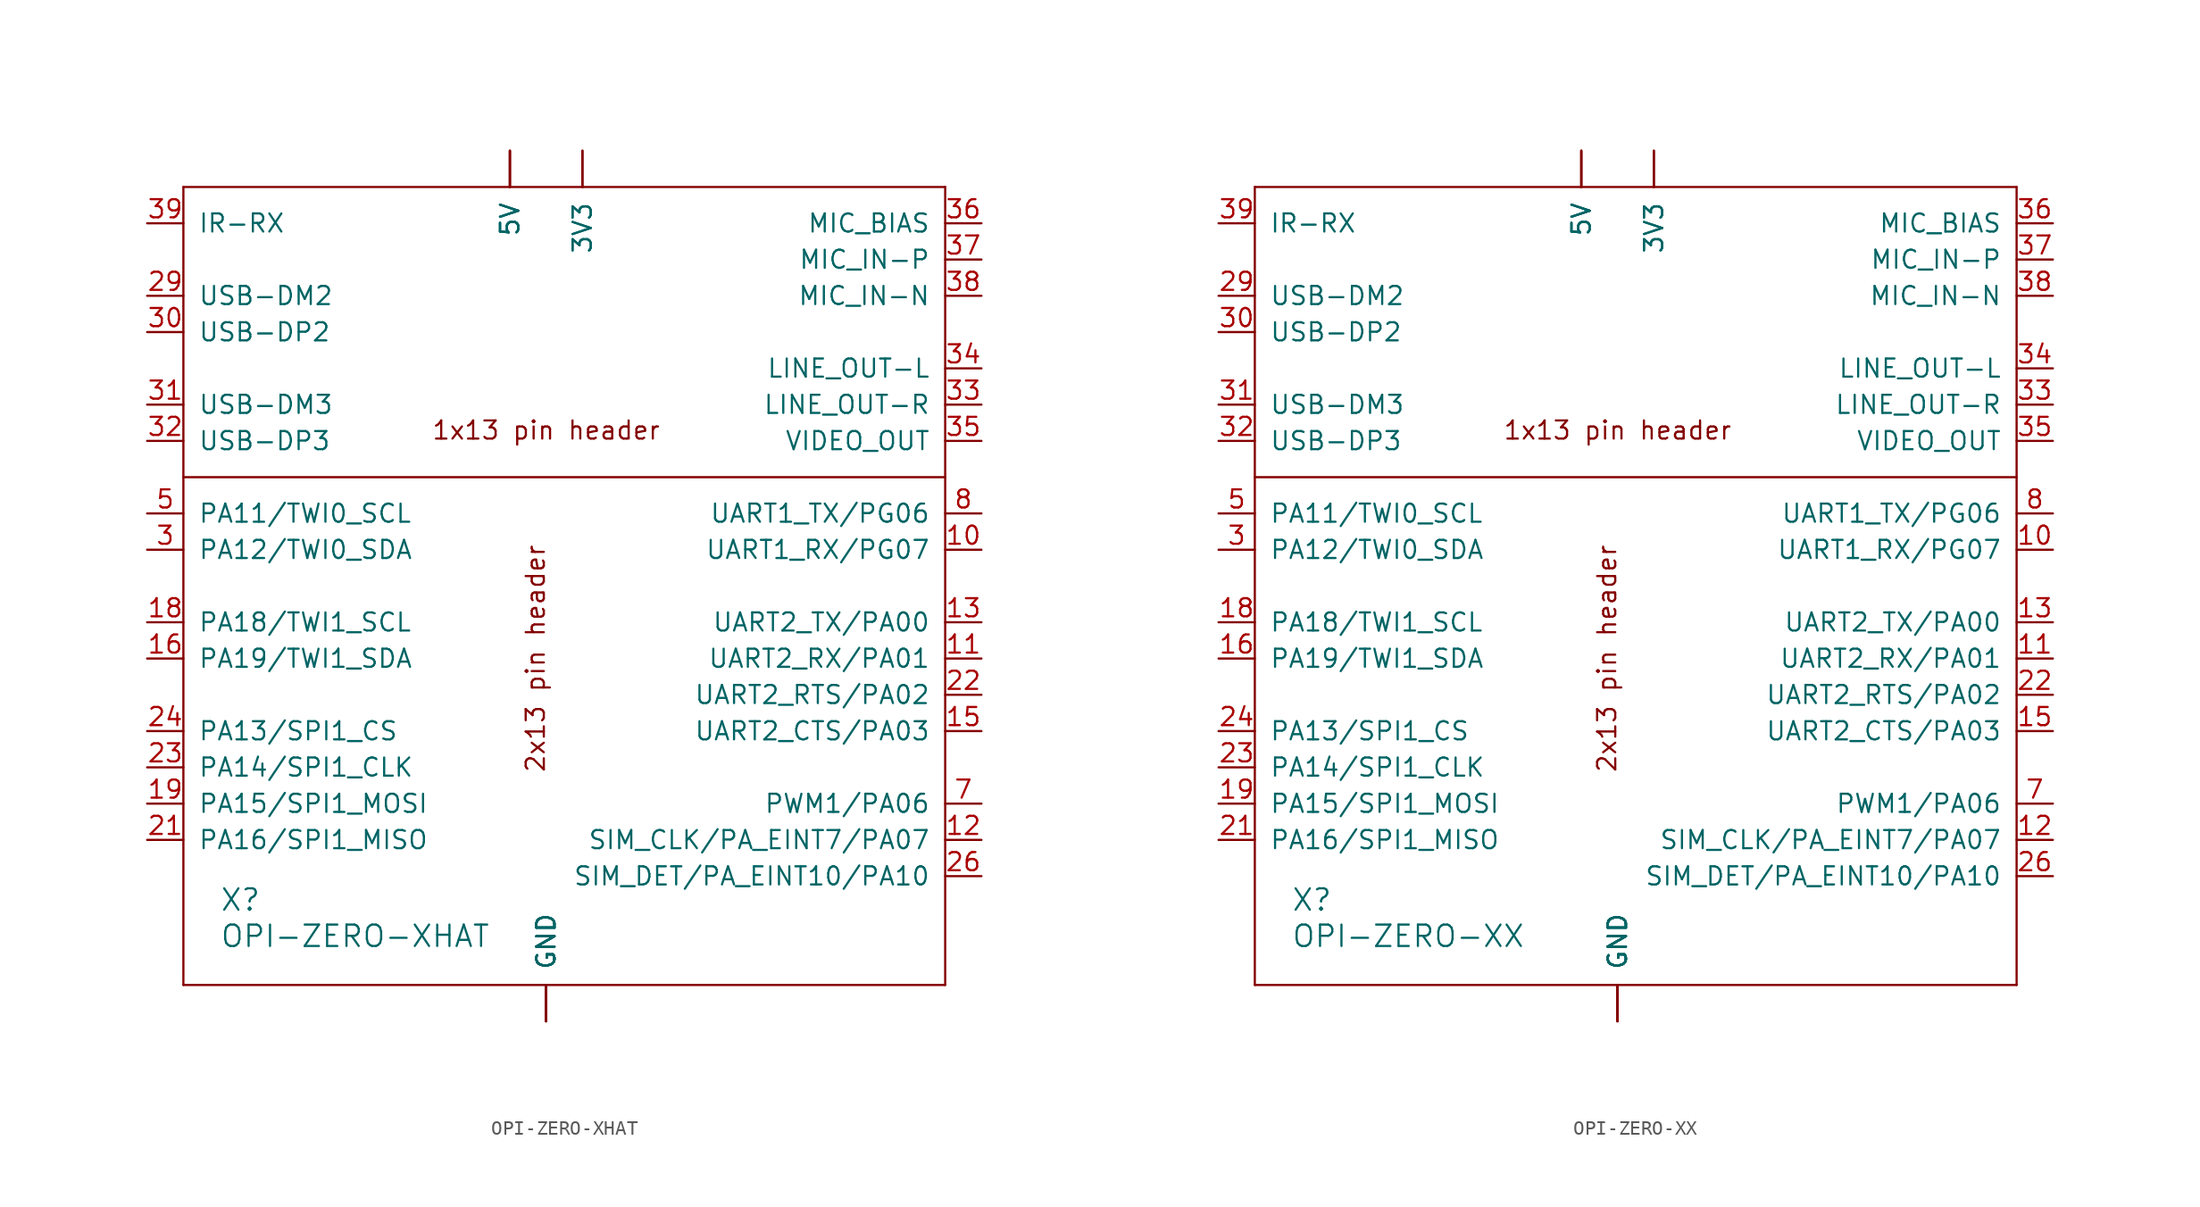
<source format=kicad_sym>
(kicad_symbol_lib
  (version 20211014)
  (generator kicad_symbol_editor)
  (symbol "OPI-ZERO-XHAT"
    (pin_names
      (offset 1.016))
    (property "Reference" "X"
      (at 2.54 5.08 0)
      (effects (font (size 1.499 1.499)) (justify left bottom)))
    (property "Value" "OPI-ZERO-XHAT"
      (at 2.54 2.54 0)
      (effects (font (size 1.499 1.499)) (justify left bottom)))
    (symbol "OPI-ZERO-XHAT_1_0"
      (polyline (pts (xy 0 0) (xy 53.34 0)) (stroke (width 0) (type default) (color 0 0 0 0)) (fill (type none)))
      (polyline (pts (xy 0 35.56) (xy 0 0)) (stroke (width 0) (type default) (color 0 0 0 0)) (fill (type none)))
      (polyline (pts (xy 0 35.56) (xy 53.34 35.56)) (stroke (width 0) (type default) (color 0 0 0 0)) (fill (type none)))
      (polyline (pts (xy 0 55.88) (xy 0 35.56)) (stroke (width 0) (type default) (color 0 0 0 0)) (fill (type none)))
      (polyline (pts (xy 53.34 0) (xy 53.34 35.56)) (stroke (width 0) (type default) (color 0 0 0 0)) (fill (type none)))
      (polyline (pts (xy 53.34 35.56) (xy 53.34 55.88)) (stroke (width 0) (type default) (color 0 0 0 0)) (fill (type none)))
      (polyline (pts (xy 53.34 55.88) (xy 0 55.88)) (stroke (width 0) (type default) (color 0 0 0 0)) (fill (type none)))
      (text "1x13 pin header" (at 25.4 38.1 0) (effects (font (size 1.27 1.27)) (justify bottom)))
      (text "2x13 pin header" (at 25.4 22.86 900) (effects (font (size 1.27 1.27)) (justify bottom)))
      (pin power_in line (at 27.94 58.42 270) (length 2.54) (name "3V3" (effects (font (size 1.27 1.27)))) (number "1" (effects (font (size 0 0)))))
      (pin bidirectional line (at 55.88 30.48 180) (length 2.54) (name "UART1_RX/PG07" (effects (font (size 1.27 1.27)))) (number "10" (effects (font (size 1.27 1.27)))))
      (pin bidirectional line (at 55.88 22.86 180) (length 2.54) (name "UART2_RX/PA01" (effects (font (size 1.27 1.27)))) (number "11" (effects (font (size 1.27 1.27)))))
      (pin bidirectional line (at 55.88 10.16 180) (length 2.54) (name "SIM_CLK/PA_EINT7/PA07" (effects (font (size 1.27 1.27)))) (number "12" (effects (font (size 1.27 1.27)))))
      (pin bidirectional line (at 55.88 25.4 180) (length 2.54) (name "UART2_TX/PA00" (effects (font (size 1.27 1.27)))) (number "13" (effects (font (size 1.27 1.27)))))
      (pin power_in line (at 25.4 -2.54 90) (length 2.54) (name "GND" (effects (font (size 1.27 1.27)))) (number "14" (effects (font (size 0 0)))))
      (pin bidirectional line (at 55.88 17.78 180) (length 2.54) (name "UART2_CTS/PA03" (effects (font (size 1.27 1.27)))) (number "15" (effects (font (size 1.27 1.27)))))
      (pin bidirectional line (at -2.54 22.86 0) (length 2.54) (name "PA19/TWI1_SDA" (effects (font (size 1.27 1.27)))) (number "16" (effects (font (size 1.27 1.27)))))
      (pin power_in line (at 27.94 58.42 270) (length 2.54) (name "3V3" (effects (font (size 1.27 1.27)))) (number "17" (effects (font (size 0 0)))))
      (pin bidirectional line (at -2.54 25.4 0) (length 2.54) (name "PA18/TWI1_SCL" (effects (font (size 1.27 1.27)))) (number "18" (effects (font (size 1.27 1.27)))))
      (pin bidirectional line (at -2.54 12.7 0) (length 2.54) (name "PA15/SPI1_MOSI" (effects (font (size 1.27 1.27)))) (number "19" (effects (font (size 1.27 1.27)))))
      (pin power_in line (at 22.86 58.42 270) (length 2.54) (name "5V" (effects (font (size 1.27 1.27)))) (number "2" (effects (font (size 0 0)))))
      (pin power_in line (at 25.4 -2.54 90) (length 2.54) (name "GND" (effects (font (size 1.27 1.27)))) (number "20" (effects (font (size 0 0)))))
      (pin bidirectional line (at -2.54 10.16 0) (length 2.54) (name "PA16/SPI1_MISO" (effects (font (size 1.27 1.27)))) (number "21" (effects (font (size 1.27 1.27)))))
      (pin bidirectional line (at 55.88 20.32 180) (length 2.54) (name "UART2_RTS/PA02" (effects (font (size 1.27 1.27)))) (number "22" (effects (font (size 1.27 1.27)))))
      (pin bidirectional line (at -2.54 15.24 0) (length 2.54) (name "PA14/SPI1_CLK" (effects (font (size 1.27 1.27)))) (number "23" (effects (font (size 1.27 1.27)))))
      (pin bidirectional line (at -2.54 17.78 0) (length 2.54) (name "PA13/SPI1_CS" (effects (font (size 1.27 1.27)))) (number "24" (effects (font (size 1.27 1.27)))))
      (pin power_in line (at 25.4 -2.54 90) (length 2.54) (name "GND" (effects (font (size 1.27 1.27)))) (number "25" (effects (font (size 0 0)))))
      (pin bidirectional line (at 55.88 7.62 180) (length 2.54) (name "SIM_DET/PA_EINT10/PA10" (effects (font (size 1.27 1.27)))) (number "26" (effects (font (size 1.27 1.27)))))
      (pin power_in line (at 22.86 58.42 270) (length 2.54) (name "5V" (effects (font (size 1.27 1.27)))) (number "27" (effects (font (size 0 0)))))
      (pin power_in line (at 25.4 -2.54 90) (length 2.54) (name "GND" (effects (font (size 1.27 1.27)))) (number "28" (effects (font (size 0 0)))))
      (pin bidirectional line (at -2.54 48.26 0) (length 2.54) (name "USB-DM2" (effects (font (size 1.27 1.27)))) (number "29" (effects (font (size 1.27 1.27)))))
      (pin bidirectional line (at -2.54 30.48 0) (length 2.54) (name "PA12/TWI0_SDA" (effects (font (size 1.27 1.27)))) (number "3" (effects (font (size 1.27 1.27)))))
      (pin bidirectional line (at -2.54 45.72 0) (length 2.54) (name "USB-DP2" (effects (font (size 1.27 1.27)))) (number "30" (effects (font (size 1.27 1.27)))))
      (pin bidirectional line (at -2.54 40.64 0) (length 2.54) (name "USB-DM3" (effects (font (size 1.27 1.27)))) (number "31" (effects (font (size 1.27 1.27)))))
      (pin bidirectional line (at -2.54 38.1 0) (length 2.54) (name "USB-DP3" (effects (font (size 1.27 1.27)))) (number "32" (effects (font (size 1.27 1.27)))))
      (pin passive line (at 55.88 40.64 180) (length 2.54) (name "LINE_OUT-R" (effects (font (size 1.27 1.27)))) (number "33" (effects (font (size 1.27 1.27)))))
      (pin passive line (at 55.88 43.18 180) (length 2.54) (name "LINE_OUT-L" (effects (font (size 1.27 1.27)))) (number "34" (effects (font (size 1.27 1.27)))))
      (pin passive line (at 55.88 38.1 180) (length 2.54) (name "VIDEO_OUT" (effects (font (size 1.27 1.27)))) (number "35" (effects (font (size 1.27 1.27)))))
      (pin passive line (at 55.88 53.34 180) (length 2.54) (name "MIC_BIAS" (effects (font (size 1.27 1.27)))) (number "36" (effects (font (size 1.27 1.27)))))
      (pin passive line (at 55.88 50.8 180) (length 2.54) (name "MIC_IN-P" (effects (font (size 1.27 1.27)))) (number "37" (effects (font (size 1.27 1.27)))))
      (pin passive line (at 55.88 48.26 180) (length 2.54) (name "MIC_IN-N" (effects (font (size 1.27 1.27)))) (number "38" (effects (font (size 1.27 1.27)))))
      (pin passive line (at -2.54 53.34 0) (length 2.54) (name "IR-RX" (effects (font (size 1.27 1.27)))) (number "39" (effects (font (size 1.27 1.27)))))
      (pin power_in line (at 22.86 58.42 270) (length 2.54) (name "5V" (effects (font (size 1.27 1.27)))) (number "4" (effects (font (size 0 0)))))
      (pin bidirectional line (at -2.54 33.02 0) (length 2.54) (name "PA11/TWI0_SCL" (effects (font (size 1.27 1.27)))) (number "5" (effects (font (size 1.27 1.27)))))
      (pin power_in line (at 25.4 -2.54 90) (length 2.54) (name "GND" (effects (font (size 1.27 1.27)))) (number "6" (effects (font (size 0 0)))))
      (pin bidirectional line (at 55.88 12.7 180) (length 2.54) (name "PWM1/PA06" (effects (font (size 1.27 1.27)))) (number "7" (effects (font (size 1.27 1.27)))))
      (pin bidirectional line (at 55.88 33.02 180) (length 2.54) (name "UART1_TX/PG06" (effects (font (size 1.27 1.27)))) (number "8" (effects (font (size 1.27 1.27)))))
      (pin power_in line (at 25.4 -2.54 90) (length 2.54) (name "GND" (effects (font (size 1.27 1.27)))) (number "9" (effects (font (size 0 0)))))))
  (symbol "OPI-ZERO-XX"
    (pin_names
      (offset 1.016))
    (property "Reference" "X"
      (at 2.54 5.08 0)
      (effects (font (size 1.499 1.499)) (justify left bottom)))
    (property "Value" "OPI-ZERO-XX"
      (at 2.54 2.54 0)
      (effects (font (size 1.499 1.499)) (justify left bottom)))
    (symbol "OPI-ZERO-XX_1_0"
      (polyline (pts (xy 0 0) (xy 53.34 0)) (stroke (width 0) (type default) (color 0 0 0 0)) (fill (type none)))
      (polyline (pts (xy 0 35.56) (xy 0 0)) (stroke (width 0) (type default) (color 0 0 0 0)) (fill (type none)))
      (polyline (pts (xy 0 35.56) (xy 53.34 35.56)) (stroke (width 0) (type default) (color 0 0 0 0)) (fill (type none)))
      (polyline (pts (xy 0 55.88) (xy 0 35.56)) (stroke (width 0) (type default) (color 0 0 0 0)) (fill (type none)))
      (polyline (pts (xy 53.34 0) (xy 53.34 35.56)) (stroke (width 0) (type default) (color 0 0 0 0)) (fill (type none)))
      (polyline (pts (xy 53.34 35.56) (xy 53.34 55.88)) (stroke (width 0) (type default) (color 0 0 0 0)) (fill (type none)))
      (polyline (pts (xy 53.34 55.88) (xy 0 55.88)) (stroke (width 0) (type default) (color 0 0 0 0)) (fill (type none)))
      (text "1x13 pin header" (at 25.4 38.1 0) (effects (font (size 1.27 1.27)) (justify bottom)))
      (text "2x13 pin header" (at 25.4 22.86 900) (effects (font (size 1.27 1.27)) (justify bottom)))
      (pin power_in line (at 27.94 58.42 270) (length 2.54) (name "3V3" (effects (font (size 1.27 1.27)))) (number "1" (effects (font (size 0 0)))))
      (pin bidirectional line (at 55.88 30.48 180) (length 2.54) (name "UART1_RX/PG07" (effects (font (size 1.27 1.27)))) (number "10" (effects (font (size 1.27 1.27)))))
      (pin bidirectional line (at 55.88 22.86 180) (length 2.54) (name "UART2_RX/PA01" (effects (font (size 1.27 1.27)))) (number "11" (effects (font (size 1.27 1.27)))))
      (pin bidirectional line (at 55.88 10.16 180) (length 2.54) (name "SIM_CLK/PA_EINT7/PA07" (effects (font (size 1.27 1.27)))) (number "12" (effects (font (size 1.27 1.27)))))
      (pin bidirectional line (at 55.88 25.4 180) (length 2.54) (name "UART2_TX/PA00" (effects (font (size 1.27 1.27)))) (number "13" (effects (font (size 1.27 1.27)))))
      (pin power_in line (at 25.4 -2.54 90) (length 2.54) (name "GND" (effects (font (size 1.27 1.27)))) (number "14" (effects (font (size 0 0)))))
      (pin bidirectional line (at 55.88 17.78 180) (length 2.54) (name "UART2_CTS/PA03" (effects (font (size 1.27 1.27)))) (number "15" (effects (font (size 1.27 1.27)))))
      (pin bidirectional line (at -2.54 22.86 0) (length 2.54) (name "PA19/TWI1_SDA" (effects (font (size 1.27 1.27)))) (number "16" (effects (font (size 1.27 1.27)))))
      (pin power_in line (at 27.94 58.42 270) (length 2.54) (name "3V3" (effects (font (size 1.27 1.27)))) (number "17" (effects (font (size 0 0)))))
      (pin bidirectional line (at -2.54 25.4 0) (length 2.54) (name "PA18/TWI1_SCL" (effects (font (size 1.27 1.27)))) (number "18" (effects (font (size 1.27 1.27)))))
      (pin bidirectional line (at -2.54 12.7 0) (length 2.54) (name "PA15/SPI1_MOSI" (effects (font (size 1.27 1.27)))) (number "19" (effects (font (size 1.27 1.27)))))
      (pin power_in line (at 22.86 58.42 270) (length 2.54) (name "5V" (effects (font (size 1.27 1.27)))) (number "2" (effects (font (size 0 0)))))
      (pin power_in line (at 25.4 -2.54 90) (length 2.54) (name "GND" (effects (font (size 1.27 1.27)))) (number "20" (effects (font (size 0 0)))))
      (pin bidirectional line (at -2.54 10.16 0) (length 2.54) (name "PA16/SPI1_MISO" (effects (font (size 1.27 1.27)))) (number "21" (effects (font (size 1.27 1.27)))))
      (pin bidirectional line (at 55.88 20.32 180) (length 2.54) (name "UART2_RTS/PA02" (effects (font (size 1.27 1.27)))) (number "22" (effects (font (size 1.27 1.27)))))
      (pin bidirectional line (at -2.54 15.24 0) (length 2.54) (name "PA14/SPI1_CLK" (effects (font (size 1.27 1.27)))) (number "23" (effects (font (size 1.27 1.27)))))
      (pin bidirectional line (at -2.54 17.78 0) (length 2.54) (name "PA13/SPI1_CS" (effects (font (size 1.27 1.27)))) (number "24" (effects (font (size 1.27 1.27)))))
      (pin power_in line (at 25.4 -2.54 90) (length 2.54) (name "GND" (effects (font (size 1.27 1.27)))) (number "25" (effects (font (size 0 0)))))
      (pin bidirectional line (at 55.88 7.62 180) (length 2.54) (name "SIM_DET/PA_EINT10/PA10" (effects (font (size 1.27 1.27)))) (number "26" (effects (font (size 1.27 1.27)))))
      (pin power_in line (at 22.86 58.42 270) (length 2.54) (name "5V" (effects (font (size 1.27 1.27)))) (number "27" (effects (font (size 0 0)))))
      (pin power_in line (at 25.4 -2.54 90) (length 2.54) (name "GND" (effects (font (size 1.27 1.27)))) (number "28" (effects (font (size 0 0)))))
      (pin bidirectional line (at -2.54 48.26 0) (length 2.54) (name "USB-DM2" (effects (font (size 1.27 1.27)))) (number "29" (effects (font (size 1.27 1.27)))))
      (pin bidirectional line (at -2.54 30.48 0) (length 2.54) (name "PA12/TWI0_SDA" (effects (font (size 1.27 1.27)))) (number "3" (effects (font (size 1.27 1.27)))))
      (pin bidirectional line (at -2.54 45.72 0) (length 2.54) (name "USB-DP2" (effects (font (size 1.27 1.27)))) (number "30" (effects (font (size 1.27 1.27)))))
      (pin bidirectional line (at -2.54 40.64 0) (length 2.54) (name "USB-DM3" (effects (font (size 1.27 1.27)))) (number "31" (effects (font (size 1.27 1.27)))))
      (pin bidirectional line (at -2.54 38.1 0) (length 2.54) (name "USB-DP3" (effects (font (size 1.27 1.27)))) (number "32" (effects (font (size 1.27 1.27)))))
      (pin passive line (at 55.88 40.64 180) (length 2.54) (name "LINE_OUT-R" (effects (font (size 1.27 1.27)))) (number "33" (effects (font (size 1.27 1.27)))))
      (pin passive line (at 55.88 43.18 180) (length 2.54) (name "LINE_OUT-L" (effects (font (size 1.27 1.27)))) (number "34" (effects (font (size 1.27 1.27)))))
      (pin passive line (at 55.88 38.1 180) (length 2.54) (name "VIDEO_OUT" (effects (font (size 1.27 1.27)))) (number "35" (effects (font (size 1.27 1.27)))))
      (pin passive line (at 55.88 53.34 180) (length 2.54) (name "MIC_BIAS" (effects (font (size 1.27 1.27)))) (number "36" (effects (font (size 1.27 1.27)))))
      (pin passive line (at 55.88 50.8 180) (length 2.54) (name "MIC_IN-P" (effects (font (size 1.27 1.27)))) (number "37" (effects (font (size 1.27 1.27)))))
      (pin passive line (at 55.88 48.26 180) (length 2.54) (name "MIC_IN-N" (effects (font (size 1.27 1.27)))) (number "38" (effects (font (size 1.27 1.27)))))
      (pin passive line (at -2.54 53.34 0) (length 2.54) (name "IR-RX" (effects (font (size 1.27 1.27)))) (number "39" (effects (font (size 1.27 1.27)))))
      (pin power_in line (at 22.86 58.42 270) (length 2.54) (name "5V" (effects (font (size 1.27 1.27)))) (number "4" (effects (font (size 0 0)))))
      (pin bidirectional line (at -2.54 33.02 0) (length 2.54) (name "PA11/TWI0_SCL" (effects (font (size 1.27 1.27)))) (number "5" (effects (font (size 1.27 1.27)))))
      (pin power_in line (at 25.4 -2.54 90) (length 2.54) (name "GND" (effects (font (size 1.27 1.27)))) (number "6" (effects (font (size 0 0)))))
      (pin bidirectional line (at 55.88 12.7 180) (length 2.54) (name "PWM1/PA06" (effects (font (size 1.27 1.27)))) (number "7" (effects (font (size 1.27 1.27)))))
      (pin bidirectional line (at 55.88 33.02 180) (length 2.54) (name "UART1_TX/PG06" (effects (font (size 1.27 1.27)))) (number "8" (effects (font (size 1.27 1.27)))))
      (pin power_in line (at 25.4 -2.54 90) (length 2.54) (name "GND" (effects (font (size 1.27 1.27)))) (number "9" (effects (font (size 0 0))))))))
</source>
